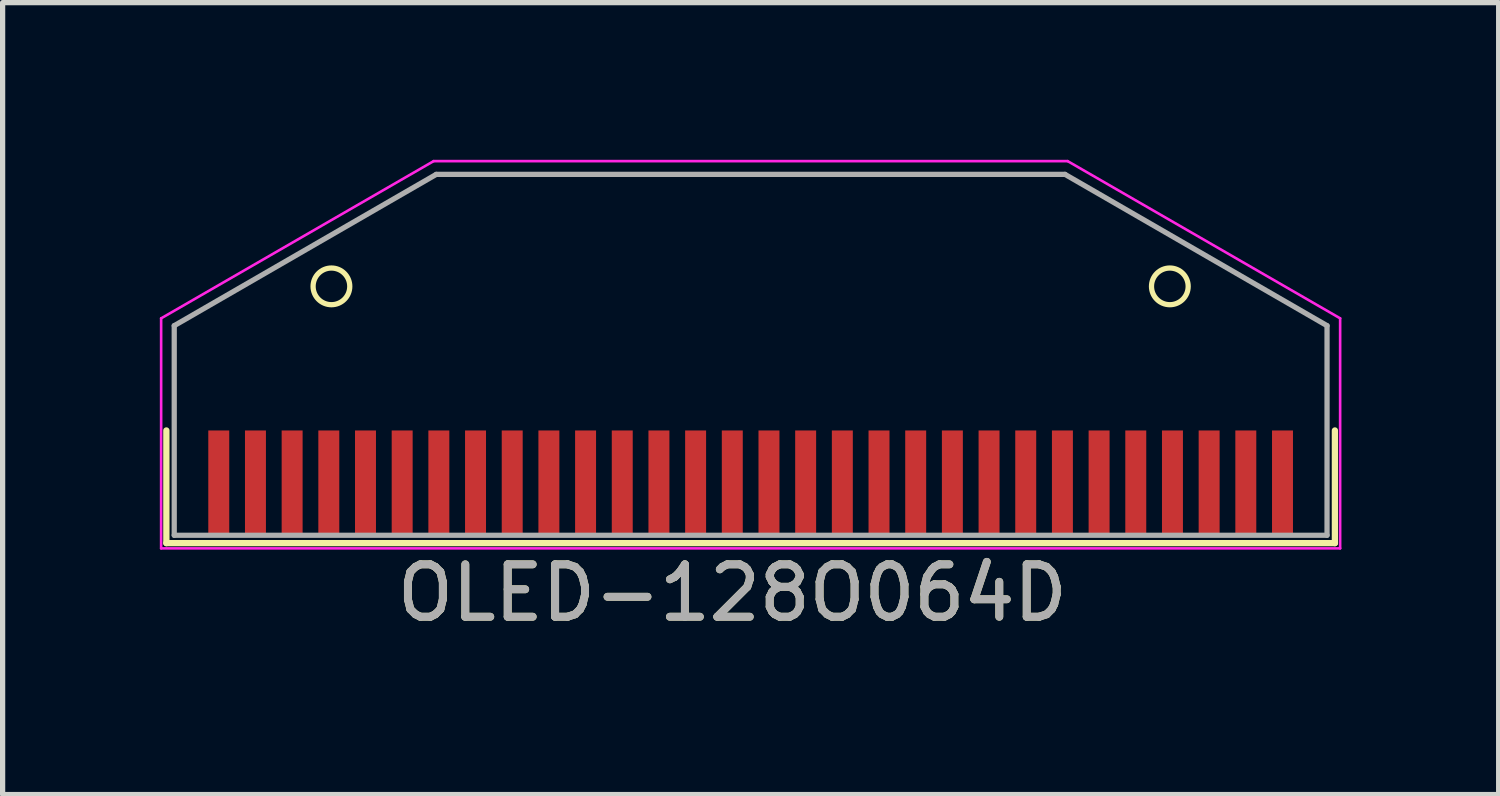
<source format=kicad_pcb>
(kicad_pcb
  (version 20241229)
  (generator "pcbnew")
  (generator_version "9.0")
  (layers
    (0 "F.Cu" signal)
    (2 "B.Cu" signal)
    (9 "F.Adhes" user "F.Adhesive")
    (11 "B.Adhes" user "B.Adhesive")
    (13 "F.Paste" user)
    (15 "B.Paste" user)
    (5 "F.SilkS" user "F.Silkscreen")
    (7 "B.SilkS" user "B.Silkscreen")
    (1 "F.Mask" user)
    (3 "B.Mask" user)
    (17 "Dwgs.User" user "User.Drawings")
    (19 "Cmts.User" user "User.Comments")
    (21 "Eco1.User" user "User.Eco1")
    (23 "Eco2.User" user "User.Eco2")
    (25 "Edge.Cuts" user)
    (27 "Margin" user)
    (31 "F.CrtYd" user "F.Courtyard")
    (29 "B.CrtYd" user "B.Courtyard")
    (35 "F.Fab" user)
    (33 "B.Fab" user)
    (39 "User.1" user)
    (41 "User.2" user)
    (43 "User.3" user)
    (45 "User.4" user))
  (footprint "OLED-128O064D"
    (layer "F.Cu")
    (at 11.275 6.165)
    (property "Reference" "OLED-128O064D" (at -0.35 2.1 0) (layer "F.SilkS") (effects (font (size 1 1) (thickness 0.15))))
    (attr smd)
    (fp_line (start -11.15 -1) (end -11.15 1.15) (stroke (width 0.12) (type solid)) (layer "F.SilkS"))
    (fp_line (start -11.15 1.15) (end 11.15 1.15) (stroke (width 0.12) (type solid)) (layer "F.SilkS"))
    (fp_line (start 11.15 1.15) (end 11.15 -1) (stroke (width 0.12) (type solid)) (layer "F.SilkS"))
    (fp_circle (center -8 -3.75) (end -7.65 -3.75) (stroke (width 0.1) (type solid)) (fill no) (layer "F.SilkS"))
    (fp_circle (center 8 -3.75) (end 8.35 -3.75) (stroke (width 0.1) (type solid)) (fill no) (layer "F.SilkS"))
    (fp_line (start -11.25 -3.14) (end -11.25 1.25) (stroke (width 0.05) (type solid)) (layer "F.CrtYd"))
    (fp_line (start -6.05 -6.14) (end -11.25 -3.14) (stroke (width 0.05) (type solid)) (layer "F.CrtYd"))
    (fp_line (start 6.05 -6.14) (end -6.05 -6.14) (stroke (width 0.05) (type solid)) (layer "F.CrtYd"))
    (fp_line (start 6.05 -6.14) (end 11.25 -3.14) (stroke (width 0.05) (type solid)) (layer "F.CrtYd"))
    (fp_line (start 11.25 1.25) (end -11.25 1.25) (stroke (width 0.05) (type solid)) (layer "F.CrtYd"))
    (fp_line (start 11.25 1.25) (end 11.25 -3.14) (stroke (width 0.05) (type solid)) (layer "F.CrtYd"))
    (fp_line (start -11 -3) (end -6 -5.887) (stroke (width 0.1) (type solid)) (layer "F.Fab"))
    (fp_line (start -11 1) (end -11 -3) (stroke (width 0.1) (type solid)) (layer "F.Fab"))
    (fp_line (start -11 1) (end 11 1) (stroke (width 0.1) (type solid)) (layer "F.Fab"))
    (fp_line (start -6 -5.887) (end 6 -5.887) (stroke (width 0.1) (type solid)) (layer "F.Fab"))
    (fp_line (start 11 -3) (end 6 -5.887) (stroke (width 0.1) (type solid)) (layer "F.Fab"))
    (fp_line (start 11 1) (end 11 -3) (stroke (width 0.1) (type solid)) (layer "F.Fab"))
    (fp_text user "${REFERENCE}" (at -0.35 2.1 0) (layer "F.Fab") (effects (font (size 1 1) (thickness 0.15))))
    (pad "1" smd rect (at -10.15 0) (size 0.4 2) (layers "F.Cu" "F.Mask" "F.Paste"))
    (pad "2" smd rect (at -9.45 0) (size 0.4 2) (layers "F.Cu" "F.Mask" "F.Paste"))
    (pad "3" smd rect (at -8.75 0) (size 0.4 2) (layers "F.Cu" "F.Mask" "F.Paste"))
    (pad "4" smd rect (at -8.05 0) (size 0.4 2) (layers "F.Cu" "F.Mask" "F.Paste"))
    (pad "5" smd rect (at -7.35 0) (size 0.4 2) (layers "F.Cu" "F.Mask" "F.Paste"))
    (pad "6" smd rect (at -6.65 0) (size 0.4 2) (layers "F.Cu" "F.Mask" "F.Paste"))
    (pad "7" smd rect (at -5.95 0) (size 0.4 2) (layers "F.Cu" "F.Mask" "F.Paste"))
    (pad "8" smd rect (at -5.25 0) (size 0.4 2) (layers "F.Cu" "F.Mask" "F.Paste"))
    (pad "9" smd rect (at -4.55 0) (size 0.4 2) (layers "F.Cu" "F.Mask" "F.Paste"))
    (pad "10" smd rect (at -3.85 0) (size 0.4 2) (layers "F.Cu" "F.Mask" "F.Paste"))
    (pad "11" smd rect (at -3.15 0) (size 0.4 2) (layers "F.Cu" "F.Mask" "F.Paste"))
    (pad "12" smd rect (at -2.45 0) (size 0.4 2) (layers "F.Cu" "F.Mask" "F.Paste"))
    (pad "13" smd rect (at -1.75 0) (size 0.4 2) (layers "F.Cu" "F.Mask" "F.Paste"))
    (pad "14" smd rect (at -1.05 0) (size 0.4 2) (layers "F.Cu" "F.Mask" "F.Paste"))
    (pad "15" smd rect (at -0.35 0) (size 0.4 2) (layers "F.Cu" "F.Mask" "F.Paste"))
    (pad "16" smd rect (at 0.35 0) (size 0.4 2) (layers "F.Cu" "F.Mask" "F.Paste"))
    (pad "17" smd rect (at 1.05 0) (size 0.4 2) (layers "F.Cu" "F.Mask" "F.Paste"))
    (pad "18" smd rect (at 1.75 0) (size 0.4 2) (layers "F.Cu" "F.Mask" "F.Paste"))
    (pad "19" smd rect (at 2.45 0) (size 0.4 2) (layers "F.Cu" "F.Mask" "F.Paste"))
    (pad "20" smd rect (at 3.15 0) (size 0.4 2) (layers "F.Cu" "F.Mask" "F.Paste"))
    (pad "21" smd rect (at 3.85 0) (size 0.4 2) (layers "F.Cu" "F.Mask" "F.Paste"))
    (pad "22" smd rect (at 4.55 0) (size 0.4 2) (layers "F.Cu" "F.Mask" "F.Paste"))
    (pad "23" smd rect (at 5.25 0) (size 0.4 2) (layers "F.Cu" "F.Mask" "F.Paste"))
    (pad "24" smd rect (at 5.95 0) (size 0.4 2) (layers "F.Cu" "F.Mask" "F.Paste"))
    (pad "25" smd rect (at 6.65 0) (size 0.4 2) (layers "F.Cu" "F.Mask" "F.Paste"))
    (pad "26" smd rect (at 7.35 0) (size 0.4 2) (layers "F.Cu" "F.Mask" "F.Paste"))
    (pad "27" smd rect (at 8.05 0) (size 0.4 2) (layers "F.Cu" "F.Mask" "F.Paste"))
    (pad "28" smd rect (at 8.75 0) (size 0.4 2) (layers "F.Cu" "F.Mask" "F.Paste"))
    (pad "29" smd rect (at 9.45 0) (size 0.4 2) (layers "F.Cu" "F.Mask" "F.Paste"))
    (pad "30" smd rect (at 10.15 0) (size 0.4 2) (layers "F.Cu" "F.Mask" "F.Paste")))
  (gr_rect
    (start -3 -3)
    (end 25.55 12.113)
    (stroke (width 0.1) (type default))
    (fill no)
    (layer "Edge.Cuts")))
</source>
